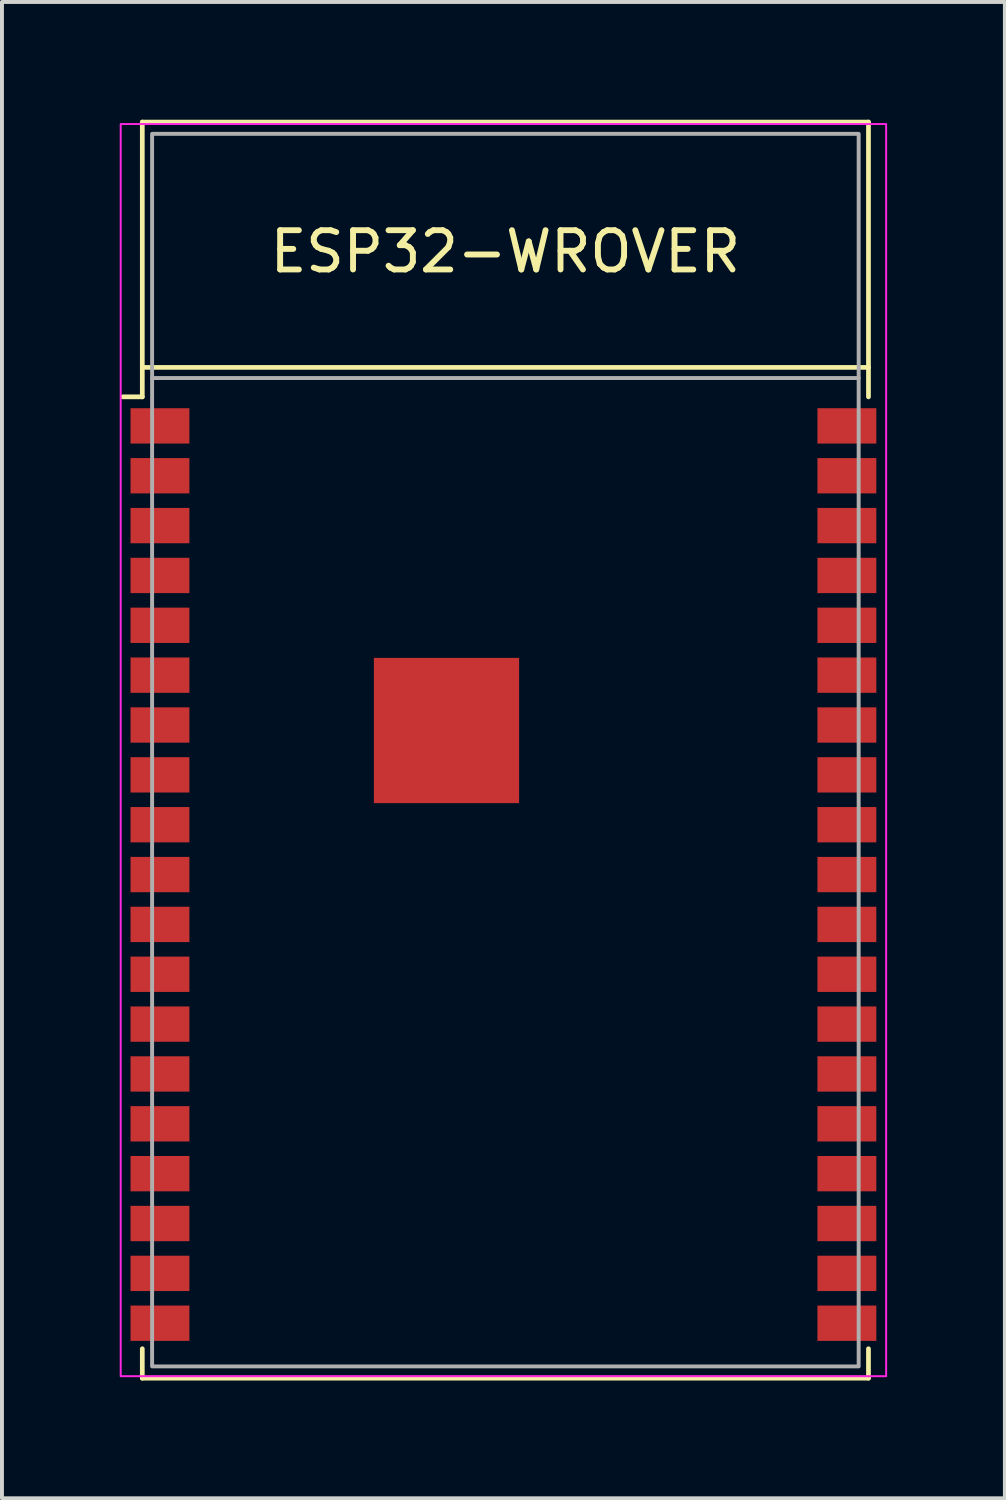
<source format=kicad_pcb>
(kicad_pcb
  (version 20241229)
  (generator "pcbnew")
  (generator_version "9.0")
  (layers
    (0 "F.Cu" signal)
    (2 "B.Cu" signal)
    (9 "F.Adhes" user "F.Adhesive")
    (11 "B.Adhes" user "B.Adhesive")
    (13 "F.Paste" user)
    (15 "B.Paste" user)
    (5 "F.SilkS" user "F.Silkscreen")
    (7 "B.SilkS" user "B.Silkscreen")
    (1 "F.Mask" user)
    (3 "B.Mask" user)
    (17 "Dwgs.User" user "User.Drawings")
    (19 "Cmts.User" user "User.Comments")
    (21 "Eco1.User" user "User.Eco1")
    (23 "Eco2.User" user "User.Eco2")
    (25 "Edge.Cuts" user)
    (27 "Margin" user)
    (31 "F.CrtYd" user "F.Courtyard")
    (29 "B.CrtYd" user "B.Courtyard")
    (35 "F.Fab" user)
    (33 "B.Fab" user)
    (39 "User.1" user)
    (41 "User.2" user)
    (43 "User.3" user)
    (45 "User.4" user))
  (footprint "ESP32-WROVER"
    (layer "F.Cu")
    (at 9.825 16.06)
    (property "Reference" "ESP32-WROVER" (at 0 -12.7 0) (layer "F.SilkS") (effects (font (size 1 1) (thickness 0.15))))
    (attr smd)
    (fp_line (start -9.25 -16) (end -9.25 -9) (stroke (width 0.12) (type solid)) (layer "F.SilkS"))
    (fp_line (start -9.25 -16) (end 9.25 -16) (stroke (width 0.12) (type solid)) (layer "F.SilkS"))
    (fp_line (start -9.25 -9.75) (end 9.25 -9.75) (stroke (width 0.12) (type solid)) (layer "F.SilkS"))
    (fp_line (start -9.25 -9) (end -9.75 -9) (stroke (width 0.12) (type solid)) (layer "F.SilkS"))
    (fp_line (start -9.25 16) (end -9.25 15.25) (stroke (width 0.12) (type solid)) (layer "F.SilkS"))
    (fp_line (start -9.25 16) (end 9.25 16) (stroke (width 0.12) (type solid)) (layer "F.SilkS"))
    (fp_line (start 9.25 -16) (end 9.25 -9) (stroke (width 0.12) (type solid)) (layer "F.SilkS"))
    (fp_line (start 9.25 16) (end 9.25 15.25) (stroke (width 0.12) (type solid)) (layer "F.SilkS"))
    (fp_rect (start -9.8 -15.95) (end 9.7 15.95) (stroke (width 0.05) (type solid)) (fill no) (layer "F.CrtYd"))
    (fp_line (start -9 -9.48) (end 9 -9.48) (stroke (width 0.1) (type solid)) (layer "F.Fab"))
    (fp_rect (start -9 -15.7) (end 9 15.7) (stroke (width 0.1) (type solid)) (fill no) (layer "F.Fab"))
    (pad "1" smd rect (at -8.8 -8.26) (size 1.5 0.9) (layers "F.Cu" "F.Mask" "F.Paste"))
    (pad "2" smd rect (at -8.8 -6.99) (size 1.5 0.9) (layers "F.Cu" "F.Mask" "F.Paste"))
    (pad "3" smd rect (at -8.8 -5.72) (size 1.5 0.9) (layers "F.Cu" "F.Mask" "F.Paste"))
    (pad "4" smd rect (at -8.8 -4.45) (size 1.5 0.9) (layers "F.Cu" "F.Mask" "F.Paste"))
    (pad "5" smd rect (at -8.8 -3.18) (size 1.5 0.9) (layers "F.Cu" "F.Mask" "F.Paste"))
    (pad "6" smd rect (at -8.8 -1.91) (size 1.5 0.9) (layers "F.Cu" "F.Mask" "F.Paste"))
    (pad "7" smd rect (at -8.8 -0.64) (size 1.5 0.9) (layers "F.Cu" "F.Mask" "F.Paste"))
    (pad "8" smd rect (at -8.8 0.63) (size 1.5 0.9) (layers "F.Cu" "F.Mask" "F.Paste"))
    (pad "9" smd rect (at -8.8 1.9) (size 1.5 0.9) (layers "F.Cu" "F.Mask" "F.Paste"))
    (pad "10" smd rect (at -8.8 3.17) (size 1.5 0.9) (layers "F.Cu" "F.Mask" "F.Paste"))
    (pad "11" smd rect (at -8.8 4.44) (size 1.5 0.9) (layers "F.Cu" "F.Mask" "F.Paste"))
    (pad "12" smd rect (at -8.8 5.71) (size 1.5 0.9) (layers "F.Cu" "F.Mask" "F.Paste"))
    (pad "13" smd rect (at -8.8 6.98) (size 1.5 0.9) (layers "F.Cu" "F.Mask" "F.Paste"))
    (pad "14" smd rect (at -8.8 8.25) (size 1.5 0.9) (layers "F.Cu" "F.Mask" "F.Paste"))
    (pad "15" smd rect (at -8.8 9.52) (size 1.5 0.9) (layers "F.Cu" "F.Mask" "F.Paste"))
    (pad "16" smd rect (at -8.8 10.79) (size 1.5 0.9) (layers "F.Cu" "F.Mask" "F.Paste"))
    (pad "17" smd rect (at -8.8 12.06) (size 1.5 0.9) (layers "F.Cu" "F.Mask" "F.Paste"))
    (pad "18" smd rect (at -8.8 13.33) (size 1.5 0.9) (layers "F.Cu" "F.Mask" "F.Paste"))
    (pad "19" smd rect (at -8.8 14.6) (size 1.5 0.9) (layers "F.Cu" "F.Mask" "F.Paste"))
    (pad "20" smd rect (at 8.7 14.6) (size 1.5 0.9) (layers "F.Cu" "F.Mask" "F.Paste"))
    (pad "21" smd rect (at 8.7 13.33) (size 1.5 0.9) (layers "F.Cu" "F.Mask" "F.Paste"))
    (pad "22" smd rect (at 8.7 12.06) (size 1.5 0.9) (layers "F.Cu" "F.Mask" "F.Paste"))
    (pad "23" smd rect (at 8.7 10.79) (size 1.5 0.9) (layers "F.Cu" "F.Mask" "F.Paste"))
    (pad "24" smd rect (at 8.7 9.52) (size 1.5 0.9) (layers "F.Cu" "F.Mask" "F.Paste"))
    (pad "25" smd rect (at 8.7 8.25) (size 1.5 0.9) (layers "F.Cu" "F.Mask" "F.Paste"))
    (pad "26" smd rect (at 8.7 6.98) (size 1.5 0.9) (layers "F.Cu" "F.Mask" "F.Paste"))
    (pad "27" smd rect (at 8.7 5.71) (size 1.5 0.9) (layers "F.Cu" "F.Mask" "F.Paste"))
    (pad "28" smd rect (at 8.7 4.44) (size 1.5 0.9) (layers "F.Cu" "F.Mask" "F.Paste"))
    (pad "29" smd rect (at 8.7 3.17) (size 1.5 0.9) (layers "F.Cu" "F.Mask" "F.Paste"))
    (pad "30" smd rect (at 8.7 1.9) (size 1.5 0.9) (layers "F.Cu" "F.Mask" "F.Paste"))
    (pad "31" smd rect (at 8.7 0.63) (size 1.5 0.9) (layers "F.Cu" "F.Mask" "F.Paste"))
    (pad "32" smd rect (at 8.7 -0.64) (size 1.5 0.9) (layers "F.Cu" "F.Mask" "F.Paste"))
    (pad "33" smd rect (at 8.7 -1.91) (size 1.5 0.9) (layers "F.Cu" "F.Mask" "F.Paste"))
    (pad "34" smd rect (at 8.7 -3.18) (size 1.5 0.9) (layers "F.Cu" "F.Mask" "F.Paste"))
    (pad "35" smd rect (at 8.7 -4.45) (size 1.5 0.9) (layers "F.Cu" "F.Mask" "F.Paste"))
    (pad "36" smd rect (at 8.7 -5.72) (size 1.5 0.9) (layers "F.Cu" "F.Mask" "F.Paste"))
    (pad "37" smd rect (at 8.7 -6.99) (size 1.5 0.9) (layers "F.Cu" "F.Mask" "F.Paste"))
    (pad "38" smd rect (at 8.7 -8.26) (size 1.5 0.9) (layers "F.Cu" "F.Mask" "F.Paste"))
    (pad "39" smd rect (at -1.5 -0.5) (size 3.7 3.7) (layers "F.Cu" "F.Mask")))
  (gr_rect
    (start -3 -3)
    (end 22.55 35.12)
    (stroke (width 0.1) (type default))
    (fill no)
    (layer "Edge.Cuts")))
</source>
